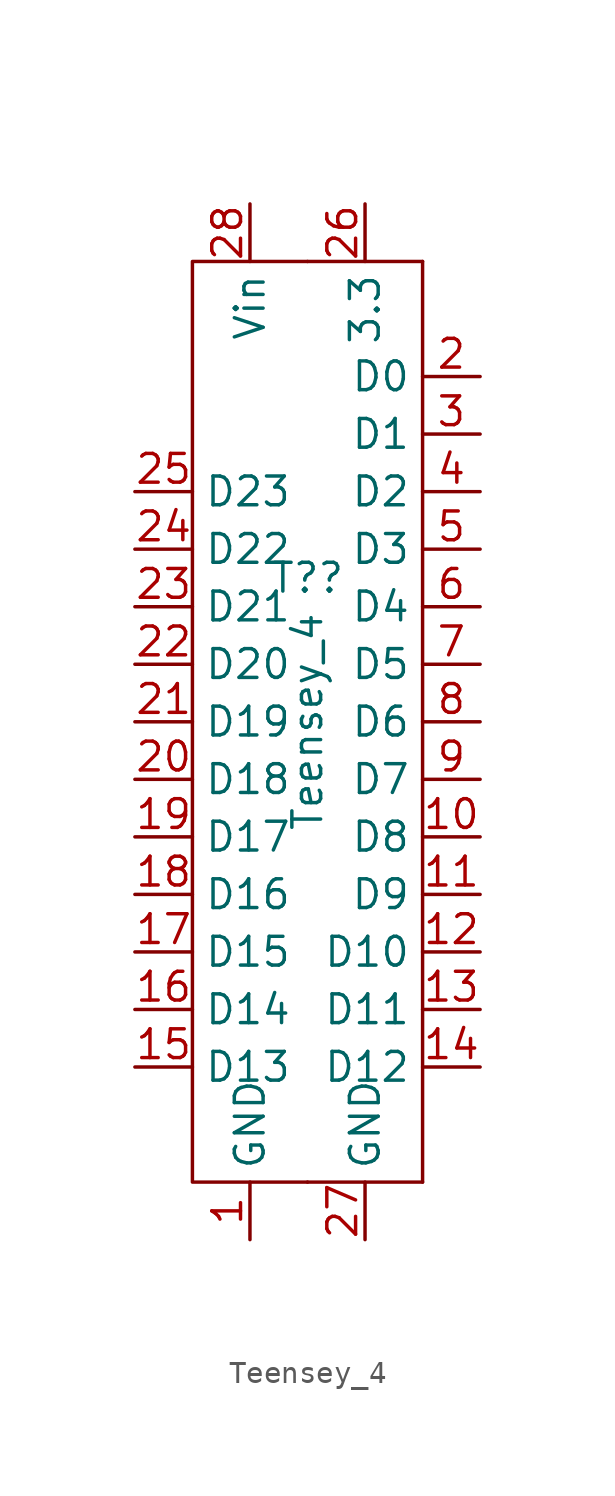
<source format=kicad_sym>
(kicad_symbol_lib
  (version 20211014)
  (generator kicad_symbol_editor)
  (symbol "Teensey_4"
    (property "Reference" "T?"
      (at 0 7.62 0)
      (effects (font (size 1.27 1.27))))
    (property "Value" "Teensey_4"
      (at 0 1.27 90)
      (effects (font (size 1.27 1.27))))
    (symbol "Teensey_4_0_1"
      (rectangle (start 0 -19.05) (end 5.08 -19.05) (stroke (width 0) (type default) (color 0 0 0 0)) (fill (type none)))
      (polyline (pts (xy 0 21.59) (xy -5.08 21.59) (xy -5.08 -19.05) (xy 0 -19.05)) (stroke (width 0) (type default) (color 0 0 0 0)) (fill (type none)))
      (rectangle (start 5.08 21.59) (end 0 21.59) (stroke (width 0) (type default) (color 0 0 0 0)) (fill (type none)))
      (rectangle (start 5.08 21.59) (end 5.08 -19.05) (stroke (width 0) (type default) (color 0 0 0 0)) (fill (type none))))
    (symbol "Teensey_4_1_1"
      (pin power_out line (at -2.54 -21.59 90) (length 2.54) (name "GND" (effects (font (size 1.27 1.27)))) (number "1" (effects (font (size 1.27 1.27)))))
      (pin output line (at 7.62 -3.81 180) (length 2.54) (name "D8" (effects (font (size 1.27 1.27)))) (number "10" (effects (font (size 1.27 1.27)))))
      (pin output line (at 7.62 -6.35 180) (length 2.54) (name "D9" (effects (font (size 1.27 1.27)))) (number "11" (effects (font (size 1.27 1.27)))))
      (pin output line (at 7.62 -8.89 180) (length 2.54) (name "D10" (effects (font (size 1.27 1.27)))) (number "12" (effects (font (size 1.27 1.27)))))
      (pin output line (at 7.62 -11.43 180) (length 2.54) (name "D11" (effects (font (size 1.27 1.27)))) (number "13" (effects (font (size 1.27 1.27)))))
      (pin output line (at 7.62 -13.97 180) (length 2.54) (name "D12" (effects (font (size 1.27 1.27)))) (number "14" (effects (font (size 1.27 1.27)))))
      (pin output line (at -7.62 -13.97 0) (length 2.54) (name "D13" (effects (font (size 1.27 1.27)))) (number "15" (effects (font (size 1.27 1.27)))))
      (pin output line (at -7.62 -11.43 0) (length 2.54) (name "D14" (effects (font (size 1.27 1.27)))) (number "16" (effects (font (size 1.27 1.27)))))
      (pin output line (at -7.62 -8.89 0) (length 2.54) (name "D15" (effects (font (size 1.27 1.27)))) (number "17" (effects (font (size 1.27 1.27)))))
      (pin output line (at -7.62 -6.35 0) (length 2.54) (name "D16" (effects (font (size 1.27 1.27)))) (number "18" (effects (font (size 1.27 1.27)))))
      (pin output line (at -7.62 -3.81 0) (length 2.54) (name "D17" (effects (font (size 1.27 1.27)))) (number "19" (effects (font (size 1.27 1.27)))))
      (pin output line (at 7.62 16.51 180) (length 2.54) (name "D0" (effects (font (size 1.27 1.27)))) (number "2" (effects (font (size 1.27 1.27)))))
      (pin output line (at -7.62 -1.27 0) (length 2.54) (name "D18" (effects (font (size 1.27 1.27)))) (number "20" (effects (font (size 1.27 1.27)))))
      (pin output line (at -7.62 1.27 0) (length 2.54) (name "D19" (effects (font (size 1.27 1.27)))) (number "21" (effects (font (size 1.27 1.27)))))
      (pin output line (at -7.62 3.81 0) (length 2.54) (name "D20" (effects (font (size 1.27 1.27)))) (number "22" (effects (font (size 1.27 1.27)))))
      (pin output line (at -7.62 6.35 0) (length 2.54) (name "D21" (effects (font (size 1.27 1.27)))) (number "23" (effects (font (size 1.27 1.27)))))
      (pin output line (at -7.62 8.89 0) (length 2.54) (name "D22" (effects (font (size 1.27 1.27)))) (number "24" (effects (font (size 1.27 1.27)))))
      (pin output line (at -7.62 11.43 0) (length 2.54) (name "D23" (effects (font (size 1.27 1.27)))) (number "25" (effects (font (size 1.27 1.27)))))
      (pin power_out line (at 2.54 24.13 270) (length 2.54) (name "3.3" (effects (font (size 1.27 1.27)))) (number "26" (effects (font (size 1.27 1.27)))))
      (pin power_out line (at 2.54 -21.59 90) (length 2.54) (name "GND" (effects (font (size 1.27 1.27)))) (number "27" (effects (font (size 1.27 1.27)))))
      (pin power_in line (at -2.54 24.13 270) (length 2.54) (name "Vin" (effects (font (size 1.27 1.27)))) (number "28" (effects (font (size 1.27 1.27)))))
      (pin output line (at 7.62 13.97 180) (length 2.54) (name "D1" (effects (font (size 1.27 1.27)))) (number "3" (effects (font (size 1.27 1.27)))))
      (pin output line (at 7.62 11.43 180) (length 2.54) (name "D2" (effects (font (size 1.27 1.27)))) (number "4" (effects (font (size 1.27 1.27)))))
      (pin output line (at 7.62 8.89 180) (length 2.54) (name "D3" (effects (font (size 1.27 1.27)))) (number "5" (effects (font (size 1.27 1.27)))))
      (pin output line (at 7.62 6.35 180) (length 2.54) (name "D4" (effects (font (size 1.27 1.27)))) (number "6" (effects (font (size 1.27 1.27)))))
      (pin output line (at 7.62 3.81 180) (length 2.54) (name "D5" (effects (font (size 1.27 1.27)))) (number "7" (effects (font (size 1.27 1.27)))))
      (pin output line (at 7.62 1.27 180) (length 2.54) (name "D6" (effects (font (size 1.27 1.27)))) (number "8" (effects (font (size 1.27 1.27)))))
      (pin output line (at 7.62 -1.27 180) (length 2.54) (name "D7" (effects (font (size 1.27 1.27)))) (number "9" (effects (font (size 1.27 1.27))))))))
</source>
